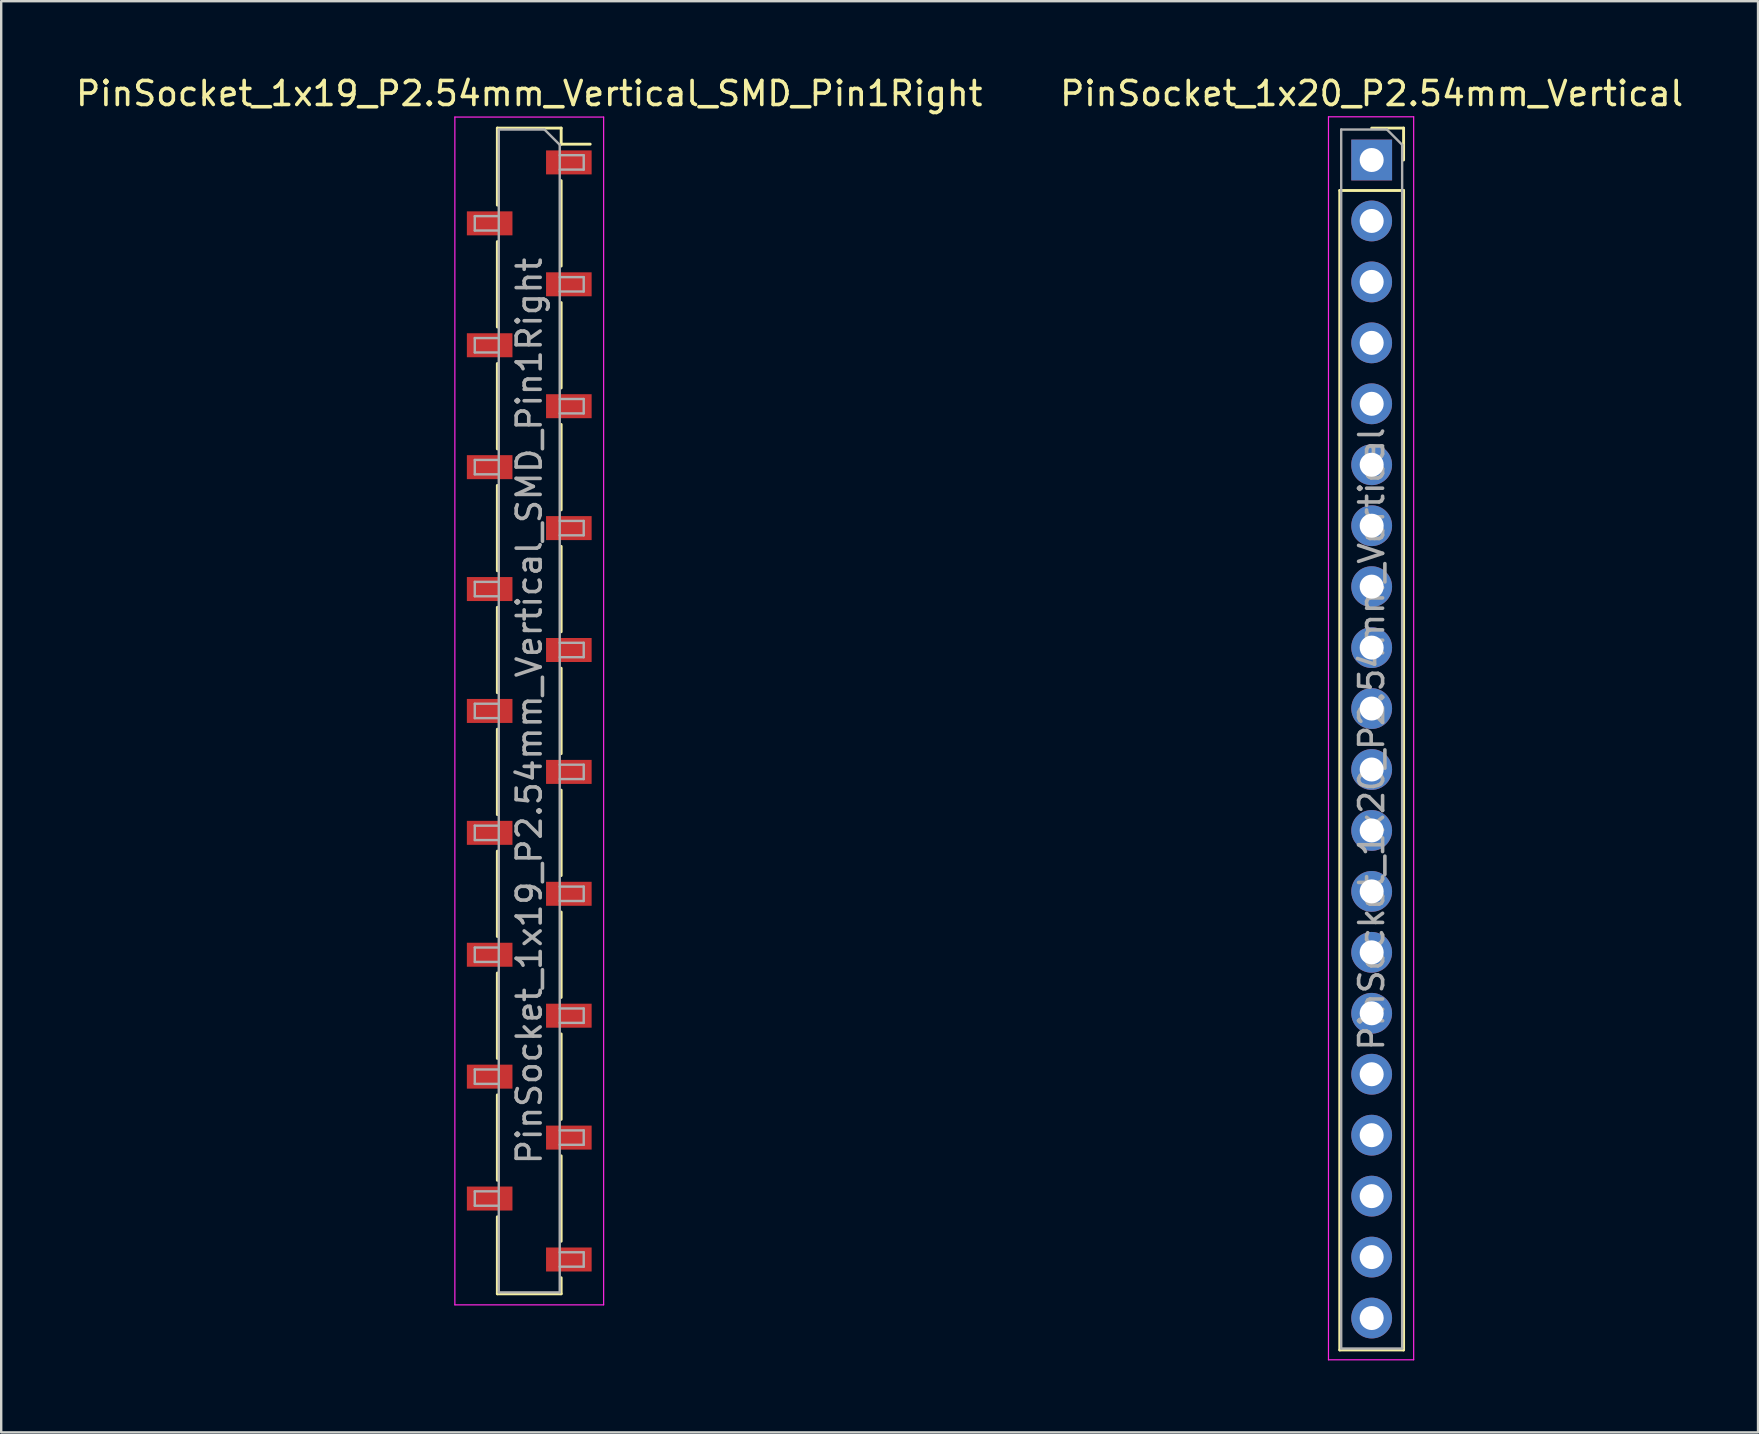
<source format=kicad_pcb>
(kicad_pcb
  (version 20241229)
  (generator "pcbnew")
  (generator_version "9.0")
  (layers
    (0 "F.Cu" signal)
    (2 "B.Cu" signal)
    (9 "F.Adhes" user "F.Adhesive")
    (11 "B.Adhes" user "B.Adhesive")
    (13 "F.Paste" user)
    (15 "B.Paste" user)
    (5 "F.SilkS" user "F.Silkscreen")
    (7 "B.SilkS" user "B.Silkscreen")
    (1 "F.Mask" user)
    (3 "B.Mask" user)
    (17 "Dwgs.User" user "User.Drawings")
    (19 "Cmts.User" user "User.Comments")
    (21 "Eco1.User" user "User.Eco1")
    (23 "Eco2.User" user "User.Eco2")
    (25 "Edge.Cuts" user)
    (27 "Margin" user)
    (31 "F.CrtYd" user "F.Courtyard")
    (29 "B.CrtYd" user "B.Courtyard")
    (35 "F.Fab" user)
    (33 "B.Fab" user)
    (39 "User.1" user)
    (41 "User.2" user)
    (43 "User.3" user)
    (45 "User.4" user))
  (footprint "PinSocket_1x20_P2.54mm_Vertical"
    (layer "F.Cu")
    (at 54.113 3.618)
    (property "Reference" "PinSocket_1x20_P2.54mm_Vertical" (at 0 -2.77 0) (layer "F.SilkS") (effects (font (size 1 1) (thickness 0.15))))
    (attr through_hole)
    (fp_line (start -1.33 1.27) (end -1.33 49.59) (stroke (width 0.12) (type solid)) (layer "F.SilkS"))
    (fp_line (start -1.33 1.27) (end 1.33 1.27) (stroke (width 0.12) (type solid)) (layer "F.SilkS"))
    (fp_line (start -1.33 49.59) (end 1.33 49.59) (stroke (width 0.12) (type solid)) (layer "F.SilkS"))
    (fp_line (start 0 -1.33) (end 1.33 -1.33) (stroke (width 0.12) (type solid)) (layer "F.SilkS"))
    (fp_line (start 1.33 -1.33) (end 1.33 0) (stroke (width 0.12) (type solid)) (layer "F.SilkS"))
    (fp_line (start 1.33 1.27) (end 1.33 49.59) (stroke (width 0.12) (type solid)) (layer "F.SilkS"))
    (fp_line (start -1.8 -1.8) (end 1.75 -1.8) (stroke (width 0.05) (type solid)) (layer "F.CrtYd"))
    (fp_line (start -1.8 50) (end -1.8 -1.8) (stroke (width 0.05) (type solid)) (layer "F.CrtYd"))
    (fp_line (start 1.75 -1.8) (end 1.75 50) (stroke (width 0.05) (type solid)) (layer "F.CrtYd"))
    (fp_line (start 1.75 50) (end -1.8 50) (stroke (width 0.05) (type solid)) (layer "F.CrtYd"))
    (fp_line (start -1.27 -1.27) (end 0.635 -1.27) (stroke (width 0.1) (type solid)) (layer "F.Fab"))
    (fp_line (start -1.27 49.53) (end -1.27 -1.27) (stroke (width 0.1) (type solid)) (layer "F.Fab"))
    (fp_line (start 0.635 -1.27) (end 1.27 -0.635) (stroke (width 0.1) (type solid)) (layer "F.Fab"))
    (fp_line (start 1.27 -0.635) (end 1.27 49.53) (stroke (width 0.1) (type solid)) (layer "F.Fab"))
    (fp_line (start 1.27 49.53) (end -1.27 49.53) (stroke (width 0.1) (type solid)) (layer "F.Fab"))
    (fp_text user "${REFERENCE}" (at 0 24.13 90) (layer "F.Fab") (effects (font (size 1 1) (thickness 0.15))))
    (pad "1" thru_hole rect (at 0 0) (size 1.7 1.7) (drill 1) (layers "*.Cu" "*.Mask"))
    (pad "2" thru_hole oval (at 0 2.54) (size 1.7 1.7) (drill 1) (layers "*.Cu" "*.Mask"))
    (pad "3" thru_hole oval (at 0 5.08) (size 1.7 1.7) (drill 1) (layers "*.Cu" "*.Mask"))
    (pad "4" thru_hole oval (at 0 7.62) (size 1.7 1.7) (drill 1) (layers "*.Cu" "*.Mask"))
    (pad "5" thru_hole oval (at 0 10.16) (size 1.7 1.7) (drill 1) (layers "*.Cu" "*.Mask"))
    (pad "6" thru_hole oval (at 0 12.7) (size 1.7 1.7) (drill 1) (layers "*.Cu" "*.Mask"))
    (pad "7" thru_hole oval (at 0 15.24) (size 1.7 1.7) (drill 1) (layers "*.Cu" "*.Mask"))
    (pad "8" thru_hole oval (at 0 17.78) (size 1.7 1.7) (drill 1) (layers "*.Cu" "*.Mask"))
    (pad "9" thru_hole oval (at 0 20.32) (size 1.7 1.7) (drill 1) (layers "*.Cu" "*.Mask"))
    (pad "10" thru_hole oval (at 0 22.86) (size 1.7 1.7) (drill 1) (layers "*.Cu" "*.Mask"))
    (pad "11" thru_hole oval (at 0 25.4) (size 1.7 1.7) (drill 1) (layers "*.Cu" "*.Mask"))
    (pad "12" thru_hole oval (at 0 27.94) (size 1.7 1.7) (drill 1) (layers "*.Cu" "*.Mask"))
    (pad "13" thru_hole oval (at 0 30.48) (size 1.7 1.7) (drill 1) (layers "*.Cu" "*.Mask"))
    (pad "14" thru_hole oval (at 0 33.02) (size 1.7 1.7) (drill 1) (layers "*.Cu" "*.Mask"))
    (pad "15" thru_hole oval (at 0 35.56) (size 1.7 1.7) (drill 1) (layers "*.Cu" "*.Mask"))
    (pad "16" thru_hole oval (at 0 38.1) (size 1.7 1.7) (drill 1) (layers "*.Cu" "*.Mask"))
    (pad "17" thru_hole oval (at 0 40.64) (size 1.7 1.7) (drill 1) (layers "*.Cu" "*.Mask"))
    (pad "18" thru_hole oval (at 0 43.18) (size 1.7 1.7) (drill 1) (layers "*.Cu" "*.Mask"))
    (pad "19" thru_hole oval (at 0 45.72) (size 1.7 1.7) (drill 1) (layers "*.Cu" "*.Mask"))
    (pad "20" thru_hole oval (at 0 48.26) (size 1.7 1.7) (drill 1) (layers "*.Cu" "*.Mask")))
  (footprint "PinSocket_1x19_P2.54mm_Vertical_SMD_Pin1Right"
    (layer "F.Cu")
    (at 19.006 26.578)
    (property "Reference" "PinSocket_1x19_P2.54mm_Vertical_SMD_Pin1Right" (at 0 -25.73 0) (layer "F.SilkS") (effects (font (size 1 1) (thickness 0.15))))
    (attr smd)
    (fp_line (start -1.33 -24.29) (end -1.33 -21.08) (stroke (width 0.12) (type solid)) (layer "F.SilkS"))
    (fp_line (start -1.33 -24.29) (end 1.33 -24.29) (stroke (width 0.12) (type solid)) (layer "F.SilkS"))
    (fp_line (start -1.33 -19.56) (end -1.33 -16) (stroke (width 0.12) (type solid)) (layer "F.SilkS"))
    (fp_line (start -1.33 -14.48) (end -1.33 -10.92) (stroke (width 0.12) (type solid)) (layer "F.SilkS"))
    (fp_line (start -1.33 -9.4) (end -1.33 -5.84) (stroke (width 0.12) (type solid)) (layer "F.SilkS"))
    (fp_line (start -1.33 -4.32) (end -1.33 -0.76) (stroke (width 0.12) (type solid)) (layer "F.SilkS"))
    (fp_line (start -1.33 0.76) (end -1.33 4.32) (stroke (width 0.12) (type solid)) (layer "F.SilkS"))
    (fp_line (start -1.33 5.84) (end -1.33 9.4) (stroke (width 0.12) (type solid)) (layer "F.SilkS"))
    (fp_line (start -1.33 10.92) (end -1.33 14.48) (stroke (width 0.12) (type solid)) (layer "F.SilkS"))
    (fp_line (start -1.33 16) (end -1.33 19.56) (stroke (width 0.12) (type solid)) (layer "F.SilkS"))
    (fp_line (start -1.33 21.08) (end -1.33 24.29) (stroke (width 0.12) (type solid)) (layer "F.SilkS"))
    (fp_line (start -1.33 24.29) (end 1.33 24.29) (stroke (width 0.12) (type solid)) (layer "F.SilkS"))
    (fp_line (start 1.33 -24.29) (end 1.33 -23.62) (stroke (width 0.12) (type solid)) (layer "F.SilkS"))
    (fp_line (start 1.33 -23.62) (end 2.54 -23.62) (stroke (width 0.12) (type solid)) (layer "F.SilkS"))
    (fp_line (start 1.33 -22.1) (end 1.33 -18.54) (stroke (width 0.12) (type solid)) (layer "F.SilkS"))
    (fp_line (start 1.33 -17.02) (end 1.33 -13.46) (stroke (width 0.12) (type solid)) (layer "F.SilkS"))
    (fp_line (start 1.33 -11.94) (end 1.33 -8.38) (stroke (width 0.12) (type solid)) (layer "F.SilkS"))
    (fp_line (start 1.33 -6.86) (end 1.33 -3.3) (stroke (width 0.12) (type solid)) (layer "F.SilkS"))
    (fp_line (start 1.33 -1.78) (end 1.33 1.78) (stroke (width 0.12) (type solid)) (layer "F.SilkS"))
    (fp_line (start 1.33 3.3) (end 1.33 6.86) (stroke (width 0.12) (type solid)) (layer "F.SilkS"))
    (fp_line (start 1.33 8.38) (end 1.33 11.94) (stroke (width 0.12) (type solid)) (layer "F.SilkS"))
    (fp_line (start 1.33 13.46) (end 1.33 17.02) (stroke (width 0.12) (type solid)) (layer "F.SilkS"))
    (fp_line (start 1.33 18.54) (end 1.33 22.1) (stroke (width 0.12) (type solid)) (layer "F.SilkS"))
    (fp_line (start 1.33 23.62) (end 1.33 24.29) (stroke (width 0.12) (type solid)) (layer "F.SilkS"))
    (fp_line (start -3.1 -24.75) (end 3.1 -24.75) (stroke (width 0.05) (type solid)) (layer "F.CrtYd"))
    (fp_line (start -3.1 24.75) (end -3.1 -24.75) (stroke (width 0.05) (type solid)) (layer "F.CrtYd"))
    (fp_line (start 3.1 -24.75) (end 3.1 24.75) (stroke (width 0.05) (type solid)) (layer "F.CrtYd"))
    (fp_line (start 3.1 24.75) (end -3.1 24.75) (stroke (width 0.05) (type solid)) (layer "F.CrtYd"))
    (fp_line (start -2.27 -20.62) (end -1.27 -20.62) (stroke (width 0.1) (type solid)) (layer "F.Fab"))
    (fp_line (start -2.27 -20.02) (end -2.27 -20.62) (stroke (width 0.1) (type solid)) (layer "F.Fab"))
    (fp_line (start -2.27 -15.54) (end -1.27 -15.54) (stroke (width 0.1) (type solid)) (layer "F.Fab"))
    (fp_line (start -2.27 -14.94) (end -2.27 -15.54) (stroke (width 0.1) (type solid)) (layer "F.Fab"))
    (fp_line (start -2.27 -10.46) (end -1.27 -10.46) (stroke (width 0.1) (type solid)) (layer "F.Fab"))
    (fp_line (start -2.27 -9.86) (end -2.27 -10.46) (stroke (width 0.1) (type solid)) (layer "F.Fab"))
    (fp_line (start -2.27 -5.38) (end -1.27 -5.38) (stroke (width 0.1) (type solid)) (layer "F.Fab"))
    (fp_line (start -2.27 -4.78) (end -2.27 -5.38) (stroke (width 0.1) (type solid)) (layer "F.Fab"))
    (fp_line (start -2.27 -0.3) (end -1.27 -0.3) (stroke (width 0.1) (type solid)) (layer "F.Fab"))
    (fp_line (start -2.27 0.3) (end -2.27 -0.3) (stroke (width 0.1) (type solid)) (layer "F.Fab"))
    (fp_line (start -2.27 4.78) (end -1.27 4.78) (stroke (width 0.1) (type solid)) (layer "F.Fab"))
    (fp_line (start -2.27 5.38) (end -2.27 4.78) (stroke (width 0.1) (type solid)) (layer "F.Fab"))
    (fp_line (start -2.27 9.86) (end -1.27 9.86) (stroke (width 0.1) (type solid)) (layer "F.Fab"))
    (fp_line (start -2.27 10.46) (end -2.27 9.86) (stroke (width 0.1) (type solid)) (layer "F.Fab"))
    (fp_line (start -2.27 14.94) (end -1.27 14.94) (stroke (width 0.1) (type solid)) (layer "F.Fab"))
    (fp_line (start -2.27 15.54) (end -2.27 14.94) (stroke (width 0.1) (type solid)) (layer "F.Fab"))
    (fp_line (start -2.27 20.02) (end -1.27 20.02) (stroke (width 0.1) (type solid)) (layer "F.Fab"))
    (fp_line (start -2.27 20.62) (end -2.27 20.02) (stroke (width 0.1) (type solid)) (layer "F.Fab"))
    (fp_line (start -1.27 -24.23) (end 0.635 -24.23) (stroke (width 0.1) (type solid)) (layer "F.Fab"))
    (fp_line (start -1.27 -20.02) (end -2.27 -20.02) (stroke (width 0.1) (type solid)) (layer "F.Fab"))
    (fp_line (start -1.27 -14.94) (end -2.27 -14.94) (stroke (width 0.1) (type solid)) (layer "F.Fab"))
    (fp_line (start -1.27 -9.86) (end -2.27 -9.86) (stroke (width 0.1) (type solid)) (layer "F.Fab"))
    (fp_line (start -1.27 -4.78) (end -2.27 -4.78) (stroke (width 0.1) (type solid)) (layer "F.Fab"))
    (fp_line (start -1.27 0.3) (end -2.27 0.3) (stroke (width 0.1) (type solid)) (layer "F.Fab"))
    (fp_line (start -1.27 5.38) (end -2.27 5.38) (stroke (width 0.1) (type solid)) (layer "F.Fab"))
    (fp_line (start -1.27 10.46) (end -2.27 10.46) (stroke (width 0.1) (type solid)) (layer "F.Fab"))
    (fp_line (start -1.27 15.54) (end -2.27 15.54) (stroke (width 0.1) (type solid)) (layer "F.Fab"))
    (fp_line (start -1.27 20.62) (end -2.27 20.62) (stroke (width 0.1) (type solid)) (layer "F.Fab"))
    (fp_line (start -1.27 24.23) (end -1.27 -24.23) (stroke (width 0.1) (type solid)) (layer "F.Fab"))
    (fp_line (start 0.635 -24.23) (end 1.27 -23.595) (stroke (width 0.1) (type solid)) (layer "F.Fab"))
    (fp_line (start 1.27 -23.595) (end 1.27 24.23) (stroke (width 0.1) (type solid)) (layer "F.Fab"))
    (fp_line (start 1.27 -23.16) (end 2.27 -23.16) (stroke (width 0.1) (type solid)) (layer "F.Fab"))
    (fp_line (start 1.27 -18.08) (end 2.27 -18.08) (stroke (width 0.1) (type solid)) (layer "F.Fab"))
    (fp_line (start 1.27 -13) (end 2.27 -13) (stroke (width 0.1) (type solid)) (layer "F.Fab"))
    (fp_line (start 1.27 -7.92) (end 2.27 -7.92) (stroke (width 0.1) (type solid)) (layer "F.Fab"))
    (fp_line (start 1.27 -2.84) (end 2.27 -2.84) (stroke (width 0.1) (type solid)) (layer "F.Fab"))
    (fp_line (start 1.27 2.24) (end 2.27 2.24) (stroke (width 0.1) (type solid)) (layer "F.Fab"))
    (fp_line (start 1.27 7.32) (end 2.27 7.32) (stroke (width 0.1) (type solid)) (layer "F.Fab"))
    (fp_line (start 1.27 12.4) (end 2.27 12.4) (stroke (width 0.1) (type solid)) (layer "F.Fab"))
    (fp_line (start 1.27 17.48) (end 2.27 17.48) (stroke (width 0.1) (type solid)) (layer "F.Fab"))
    (fp_line (start 1.27 22.56) (end 2.27 22.56) (stroke (width 0.1) (type solid)) (layer "F.Fab"))
    (fp_line (start 1.27 24.23) (end -1.27 24.23) (stroke (width 0.1) (type solid)) (layer "F.Fab"))
    (fp_line (start 2.27 -23.16) (end 2.27 -22.56) (stroke (width 0.1) (type solid)) (layer "F.Fab"))
    (fp_line (start 2.27 -22.56) (end 1.27 -22.56) (stroke (width 0.1) (type solid)) (layer "F.Fab"))
    (fp_line (start 2.27 -18.08) (end 2.27 -17.48) (stroke (width 0.1) (type solid)) (layer "F.Fab"))
    (fp_line (start 2.27 -17.48) (end 1.27 -17.48) (stroke (width 0.1) (type solid)) (layer "F.Fab"))
    (fp_line (start 2.27 -13) (end 2.27 -12.4) (stroke (width 0.1) (type solid)) (layer "F.Fab"))
    (fp_line (start 2.27 -12.4) (end 1.27 -12.4) (stroke (width 0.1) (type solid)) (layer "F.Fab"))
    (fp_line (start 2.27 -7.92) (end 2.27 -7.32) (stroke (width 0.1) (type solid)) (layer "F.Fab"))
    (fp_line (start 2.27 -7.32) (end 1.27 -7.32) (stroke (width 0.1) (type solid)) (layer "F.Fab"))
    (fp_line (start 2.27 -2.84) (end 2.27 -2.24) (stroke (width 0.1) (type solid)) (layer "F.Fab"))
    (fp_line (start 2.27 -2.24) (end 1.27 -2.24) (stroke (width 0.1) (type solid)) (layer "F.Fab"))
    (fp_line (start 2.27 2.24) (end 2.27 2.84) (stroke (width 0.1) (type solid)) (layer "F.Fab"))
    (fp_line (start 2.27 2.84) (end 1.27 2.84) (stroke (width 0.1) (type solid)) (layer "F.Fab"))
    (fp_line (start 2.27 7.32) (end 2.27 7.92) (stroke (width 0.1) (type solid)) (layer "F.Fab"))
    (fp_line (start 2.27 7.92) (end 1.27 7.92) (stroke (width 0.1) (type solid)) (layer "F.Fab"))
    (fp_line (start 2.27 12.4) (end 2.27 13) (stroke (width 0.1) (type solid)) (layer "F.Fab"))
    (fp_line (start 2.27 13) (end 1.27 13) (stroke (width 0.1) (type solid)) (layer "F.Fab"))
    (fp_line (start 2.27 17.48) (end 2.27 18.08) (stroke (width 0.1) (type solid)) (layer "F.Fab"))
    (fp_line (start 2.27 18.08) (end 1.27 18.08) (stroke (width 0.1) (type solid)) (layer "F.Fab"))
    (fp_line (start 2.27 22.56) (end 2.27 23.16) (stroke (width 0.1) (type solid)) (layer "F.Fab"))
    (fp_line (start 2.27 23.16) (end 1.27 23.16) (stroke (width 0.1) (type solid)) (layer "F.Fab"))
    (fp_text user "${REFERENCE}" (at 0 0 90) (layer "F.Fab") (effects (font (size 1 1) (thickness 0.15))))
    (pad "1" smd rect (at 1.65 -22.86) (size 1.9 1) (layers "F.Cu" "F.Mask" "F.Paste"))
    (pad "2" smd rect (at -1.65 -20.32) (size 1.9 1) (layers "F.Cu" "F.Mask" "F.Paste"))
    (pad "3" smd rect (at 1.65 -17.78) (size 1.9 1) (layers "F.Cu" "F.Mask" "F.Paste"))
    (pad "4" smd rect (at -1.65 -15.24) (size 1.9 1) (layers "F.Cu" "F.Mask" "F.Paste"))
    (pad "5" smd rect (at 1.65 -12.7) (size 1.9 1) (layers "F.Cu" "F.Mask" "F.Paste"))
    (pad "6" smd rect (at -1.65 -10.16) (size 1.9 1) (layers "F.Cu" "F.Mask" "F.Paste"))
    (pad "7" smd rect (at 1.65 -7.62) (size 1.9 1) (layers "F.Cu" "F.Mask" "F.Paste"))
    (pad "8" smd rect (at -1.65 -5.08) (size 1.9 1) (layers "F.Cu" "F.Mask" "F.Paste"))
    (pad "9" smd rect (at 1.65 -2.54) (size 1.9 1) (layers "F.Cu" "F.Mask" "F.Paste"))
    (pad "10" smd rect (at -1.65 0) (size 1.9 1) (layers "F.Cu" "F.Mask" "F.Paste"))
    (pad "11" smd rect (at 1.65 2.54) (size 1.9 1) (layers "F.Cu" "F.Mask" "F.Paste"))
    (pad "12" smd rect (at -1.65 5.08) (size 1.9 1) (layers "F.Cu" "F.Mask" "F.Paste"))
    (pad "13" smd rect (at 1.65 7.62) (size 1.9 1) (layers "F.Cu" "F.Mask" "F.Paste"))
    (pad "14" smd rect (at -1.65 10.16) (size 1.9 1) (layers "F.Cu" "F.Mask" "F.Paste"))
    (pad "15" smd rect (at 1.65 12.7) (size 1.9 1) (layers "F.Cu" "F.Mask" "F.Paste"))
    (pad "16" smd rect (at -1.65 15.24) (size 1.9 1) (layers "F.Cu" "F.Mask" "F.Paste"))
    (pad "17" smd rect (at 1.65 17.78) (size 1.9 1) (layers "F.Cu" "F.Mask" "F.Paste"))
    (pad "18" smd rect (at -1.65 20.32) (size 1.9 1) (layers "F.Cu" "F.Mask" "F.Paste"))
    (pad "19" smd rect (at 1.65 22.86) (size 1.9 1) (layers "F.Cu" "F.Mask" "F.Paste")))
  (gr_rect
    (start -3 -3)
    (end 70.214 56.643)
    (stroke (width 0.1) (type default))
    (fill no)
    (layer "Edge.Cuts")))
</source>
